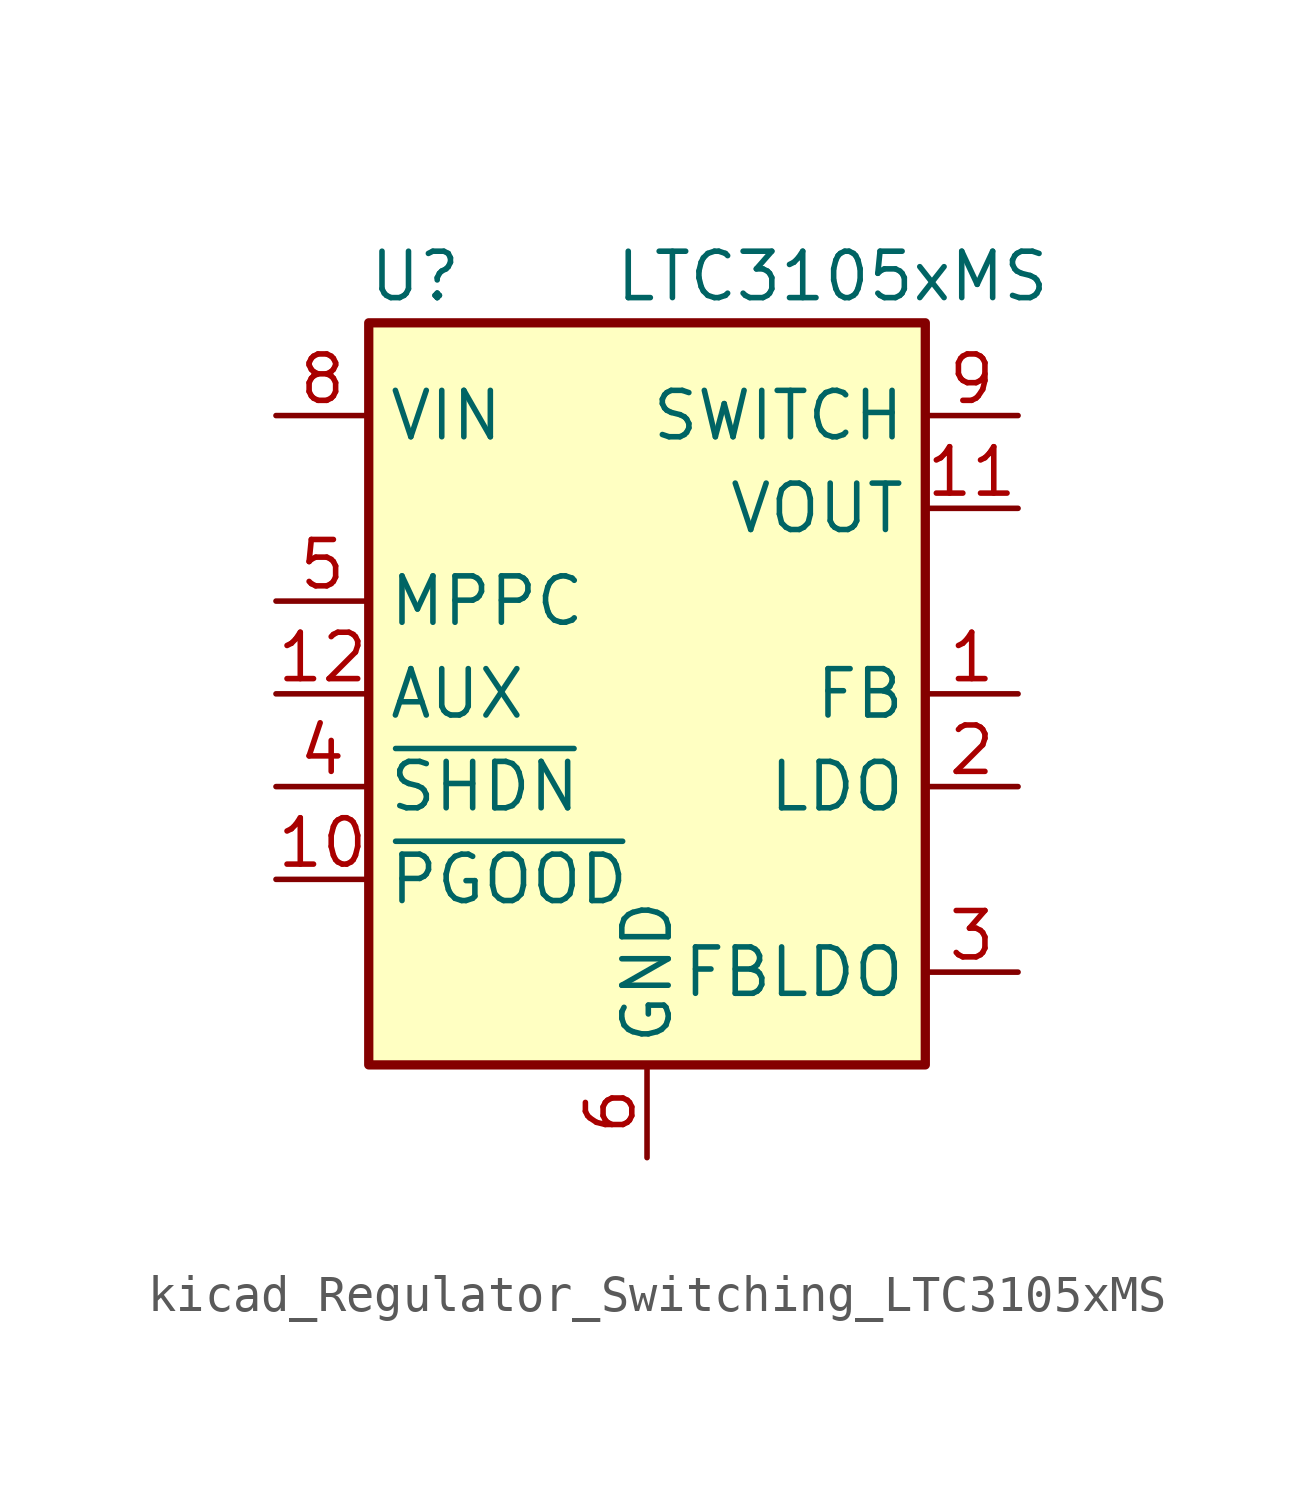
<source format=kicad_sym>
(kicad_symbol_lib
  (version 20220914)
  (generator kicad_symbol_editor)
  (symbol "kicad_Regulator_Switching_LTC3105xMS"
    (property "Reference" "U"
      (at -6.35 11.43 0)
      (effects (font (size 1.27 1.27))))
    (property "Value" "LTC3105xMS"
      (at 5.08 11.43 0)
      (effects (font (size 1.27 1.27))))
    (symbol "kicad_Regulator_Switching_LTC3105xMS_0_0"
      (pin input line (at 10.16 0 180) (length 2.54) (name "FB" (effects (font (size 1.27 1.27)))) (number "1" (effects (font (size 1.27 1.27)))))
      (pin open_collector line (at -10.16 -5.08 0) (length 2.54) (name "~{PGOOD}" (effects (font (size 1.27 1.27)))) (number "10" (effects (font (size 1.27 1.27)))))
      (pin power_out line (at 10.16 5.08 180) (length 2.54) (name "VOUT" (effects (font (size 1.27 1.27)))) (number "11" (effects (font (size 1.27 1.27)))))
      (pin output line (at -10.16 0 0) (length 2.54) (name "AUX" (effects (font (size 1.27 1.27)))) (number "12" (effects (font (size 1.27 1.27)))))
      (pin output line (at 10.16 -2.54 180) (length 2.54) (name "LDO" (effects (font (size 1.27 1.27)))) (number "2" (effects (font (size 1.27 1.27)))))
      (pin input line (at 10.16 -7.62 180) (length 2.54) (name "FBLDO" (effects (font (size 1.27 1.27)))) (number "3" (effects (font (size 1.27 1.27)))))
      (pin input line (at -10.16 -2.54 0) (length 2.54) (name "~{SHDN}" (effects (font (size 1.27 1.27)))) (number "4" (effects (font (size 1.27 1.27)))))
      (pin input line (at -10.16 2.54 0) (length 2.54) (name "MPPC" (effects (font (size 1.27 1.27)))) (number "5" (effects (font (size 1.27 1.27)))))
      (pin power_in line (at 0 -12.7 90) (length 2.54) (name "GND" (effects (font (size 1.27 1.27)))) (number "6" (effects (font (size 1.27 1.27)))))
      (pin passive line (at 0 -12.7 90) (length 2.54) hide (name "GND" (effects (font (size 1.27 1.27)))) (number "7" (effects (font (size 1.27 1.27)))))
      (pin power_in line (at -10.16 7.62 0) (length 2.54) (name "VIN" (effects (font (size 1.27 1.27)))) (number "8" (effects (font (size 1.27 1.27)))))
      (pin passive line (at 10.16 7.62 180) (length 2.54) (name "SWITCH" (effects (font (size 1.27 1.27)))) (number "9" (effects (font (size 1.27 1.27))))))
    (symbol "kicad_Regulator_Switching_LTC3105xMS_0_1"
      (rectangle (start -7.62 -10.16) (end 7.62 10.16) (stroke (width 0.254) (type default)) (fill (type background))))))
</source>
